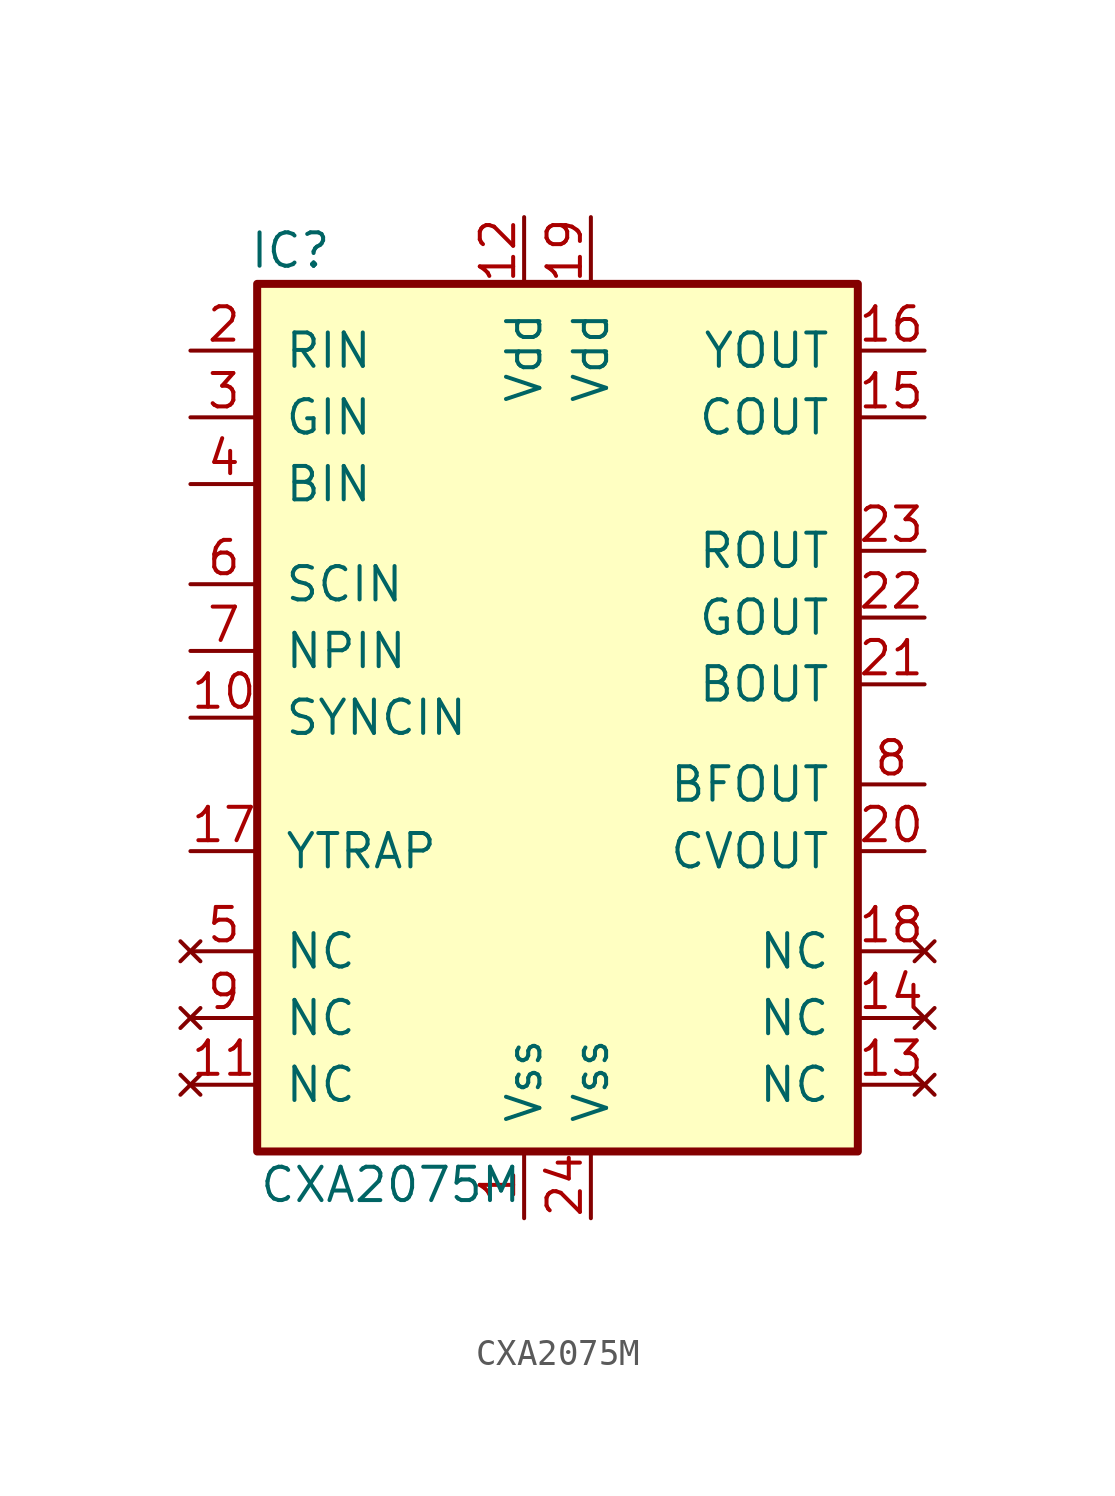
<source format=kicad_sym>
(kicad_symbol_lib
  (version 20231120)
  (generator "kicad_symbol_editor")
  (generator_version "8.0")
  (symbol "CXA2075M"
    (pin_names
      (offset 1.016))
    (property "Reference" "IC"
      (at -10.16 17.78 0)
      (effects (font (size 1.27 1.27))))
    (property "Value" "CXA2075M"
      (at -6.35 -17.78 0)
      (effects (font (size 1.27 1.27))))
    (symbol "CXA2075M_1_1"
      (rectangle (start -11.43 -16.51) (end 11.43 16.51) (stroke (width 0.305) (type solid)) (fill (type background)))
      (pin power_in line (at -1.27 -19.05 90) (length 2.54) (name "Vss" (effects (font (size 1.27 1.27)))) (number "1" (effects (font (size 1.27 1.27)))))
      (pin input line (at -13.97 0 0) (length 2.54) (name "SYNCIN" (effects (font (size 1.27 1.27)))) (number "10" (effects (font (size 1.27 1.27)))))
      (pin no_connect line (at -13.97 -13.97 0) (length 2.54) (name "NC" (effects (font (size 1.27 1.27)))) (number "11" (effects (font (size 1.27 1.27)))))
      (pin power_in line (at -1.27 19.05 270) (length 2.54) (name "Vdd" (effects (font (size 1.27 1.27)))) (number "12" (effects (font (size 1.27 1.27)))))
      (pin no_connect line (at 13.97 -13.97 180) (length 2.54) (name "NC" (effects (font (size 1.27 1.27)))) (number "13" (effects (font (size 1.27 1.27)))))
      (pin no_connect line (at 13.97 -11.43 180) (length 2.54) (name "NC" (effects (font (size 1.27 1.27)))) (number "14" (effects (font (size 1.27 1.27)))))
      (pin output line (at 13.97 11.43 180) (length 2.54) (name "COUT" (effects (font (size 1.27 1.27)))) (number "15" (effects (font (size 1.27 1.27)))))
      (pin output line (at 13.97 13.97 180) (length 2.54) (name "YOUT" (effects (font (size 1.27 1.27)))) (number "16" (effects (font (size 1.27 1.27)))))
      (pin input line (at -13.97 -5.08 0) (length 2.54) (name "YTRAP" (effects (font (size 1.27 1.27)))) (number "17" (effects (font (size 1.27 1.27)))))
      (pin no_connect line (at 13.97 -8.89 180) (length 2.54) (name "NC" (effects (font (size 1.27 1.27)))) (number "18" (effects (font (size 1.27 1.27)))))
      (pin power_in line (at 1.27 19.05 270) (length 2.54) (name "Vdd" (effects (font (size 1.27 1.27)))) (number "19" (effects (font (size 1.27 1.27)))))
      (pin input line (at -13.97 13.97 0) (length 2.54) (name "RIN" (effects (font (size 1.27 1.27)))) (number "2" (effects (font (size 1.27 1.27)))))
      (pin output line (at 13.97 -5.08 180) (length 2.54) (name "CVOUT" (effects (font (size 1.27 1.27)))) (number "20" (effects (font (size 1.27 1.27)))))
      (pin output line (at 13.97 1.27 180) (length 2.54) (name "BOUT" (effects (font (size 1.27 1.27)))) (number "21" (effects (font (size 1.27 1.27)))))
      (pin output line (at 13.97 3.81 180) (length 2.54) (name "GOUT" (effects (font (size 1.27 1.27)))) (number "22" (effects (font (size 1.27 1.27)))))
      (pin output line (at 13.97 6.35 180) (length 2.54) (name "ROUT" (effects (font (size 1.27 1.27)))) (number "23" (effects (font (size 1.27 1.27)))))
      (pin power_in line (at 1.27 -19.05 90) (length 2.54) (name "Vss" (effects (font (size 1.27 1.27)))) (number "24" (effects (font (size 1.27 1.27)))))
      (pin input line (at -13.97 11.43 0) (length 2.54) (name "GIN" (effects (font (size 1.27 1.27)))) (number "3" (effects (font (size 1.27 1.27)))))
      (pin output line (at -13.97 8.89 0) (length 2.54) (name "BIN" (effects (font (size 1.27 1.27)))) (number "4" (effects (font (size 1.27 1.27)))))
      (pin no_connect line (at -13.97 -8.89 0) (length 2.54) (name "NC" (effects (font (size 1.27 1.27)))) (number "5" (effects (font (size 1.27 1.27)))))
      (pin input line (at -13.97 5.08 0) (length 2.54) (name "SCIN" (effects (font (size 1.27 1.27)))) (number "6" (effects (font (size 1.27 1.27)))))
      (pin input line (at -13.97 2.54 0) (length 2.54) (name "NPIN" (effects (font (size 1.27 1.27)))) (number "7" (effects (font (size 1.27 1.27)))))
      (pin output line (at 13.97 -2.54 180) (length 2.54) (name "BFOUT" (effects (font (size 1.27 1.27)))) (number "8" (effects (font (size 1.27 1.27)))))
      (pin no_connect line (at -13.97 -11.43 0) (length 2.54) (name "NC" (effects (font (size 1.27 1.27)))) (number "9" (effects (font (size 1.27 1.27))))))))
</source>
